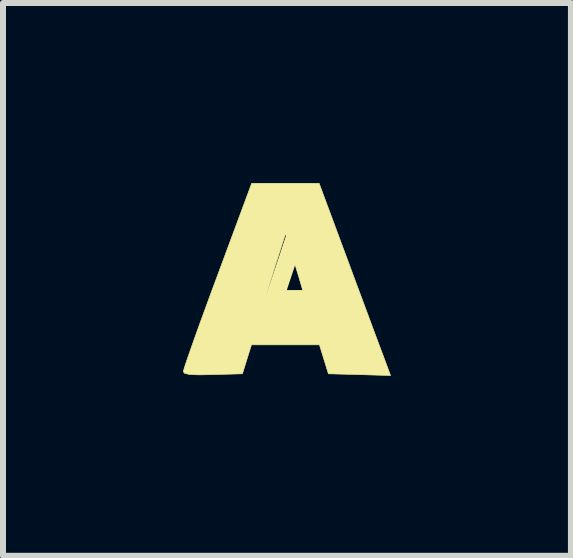
<source format=kicad_pcb>
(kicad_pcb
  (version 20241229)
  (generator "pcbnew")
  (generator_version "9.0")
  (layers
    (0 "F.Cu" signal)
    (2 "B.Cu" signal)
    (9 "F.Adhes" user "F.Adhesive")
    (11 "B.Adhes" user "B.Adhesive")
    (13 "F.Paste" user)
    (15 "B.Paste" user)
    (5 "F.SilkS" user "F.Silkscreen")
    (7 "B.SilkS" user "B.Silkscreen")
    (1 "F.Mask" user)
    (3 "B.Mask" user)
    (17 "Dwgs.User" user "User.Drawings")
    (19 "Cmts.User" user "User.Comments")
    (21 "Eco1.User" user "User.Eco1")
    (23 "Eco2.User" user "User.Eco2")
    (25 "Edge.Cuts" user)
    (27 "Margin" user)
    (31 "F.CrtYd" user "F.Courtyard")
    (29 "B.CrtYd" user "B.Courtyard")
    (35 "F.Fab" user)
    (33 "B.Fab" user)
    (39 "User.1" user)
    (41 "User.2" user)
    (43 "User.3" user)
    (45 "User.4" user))
  (footprint "A"
    (layer "F.Cu")
    (at 1.885 1.681)
    (property "Reference" "A" (at 0 0 0) (layer "F.SilkS") (effects (font (size 1.524 1.524) (thickness 0.3))))
    (attr through_hole)
    (fp_poly (pts (xy 0.86 -0.394) (xy 0.993 -0.034) (xy 1.122 0.312) (xy 1.239 0.627) (xy 1.338 0.894) (xy 1.414 1.097) (xy 1.456 1.208) (xy 1.575 1.528) (xy 1.057 1.513) (xy 0.538 1.499) (xy 0.389 1.016) (xy -0.744 1.016) (xy -0.819 1.257) (xy -0.894 1.499) (xy -1.387 1.513) (xy -1.627 1.517) (xy -1.779 1.51) (xy -1.859 1.491) (xy -1.88 1.462) (xy -1.863 1.4) (xy -1.815 1.255) (xy -1.739 1.038) (xy -1.641 0.762) (xy -1.523 0.438) (xy -1.451 0.241) (xy -0.504 0.241) (xy -0.469 0.279) (xy -0.349 0.3) (xy -0.178 0.305) (xy -0.01 0.3) (xy 0.109 0.286) (xy 0.152 0.269) (xy 0.138 0.208) (xy 0.1 0.072) (xy 0.044 -0.119) (xy -0.012 -0.302) (xy -0.175 -0.835) (xy -0.338 -0.329) (xy -0.406 -0.112) (xy -0.461 0.071) (xy -0.496 0.198) (xy -0.504 0.241) (xy -1.451 0.241) (xy -1.391 0.078) (xy -1.31 -0.14) (xy -0.74 -1.676) (xy 0.384 -1.676) (xy 0.86 -0.394)) (stroke (width 0.01) (type solid)) (fill yes) (layer "F.SilkS")))
  (gr_rect
    (start -3 -3)
    (end 6.466 6.214)
    (stroke (width 0.1) (type default))
    (fill no)
    (layer "Edge.Cuts")))
</source>
